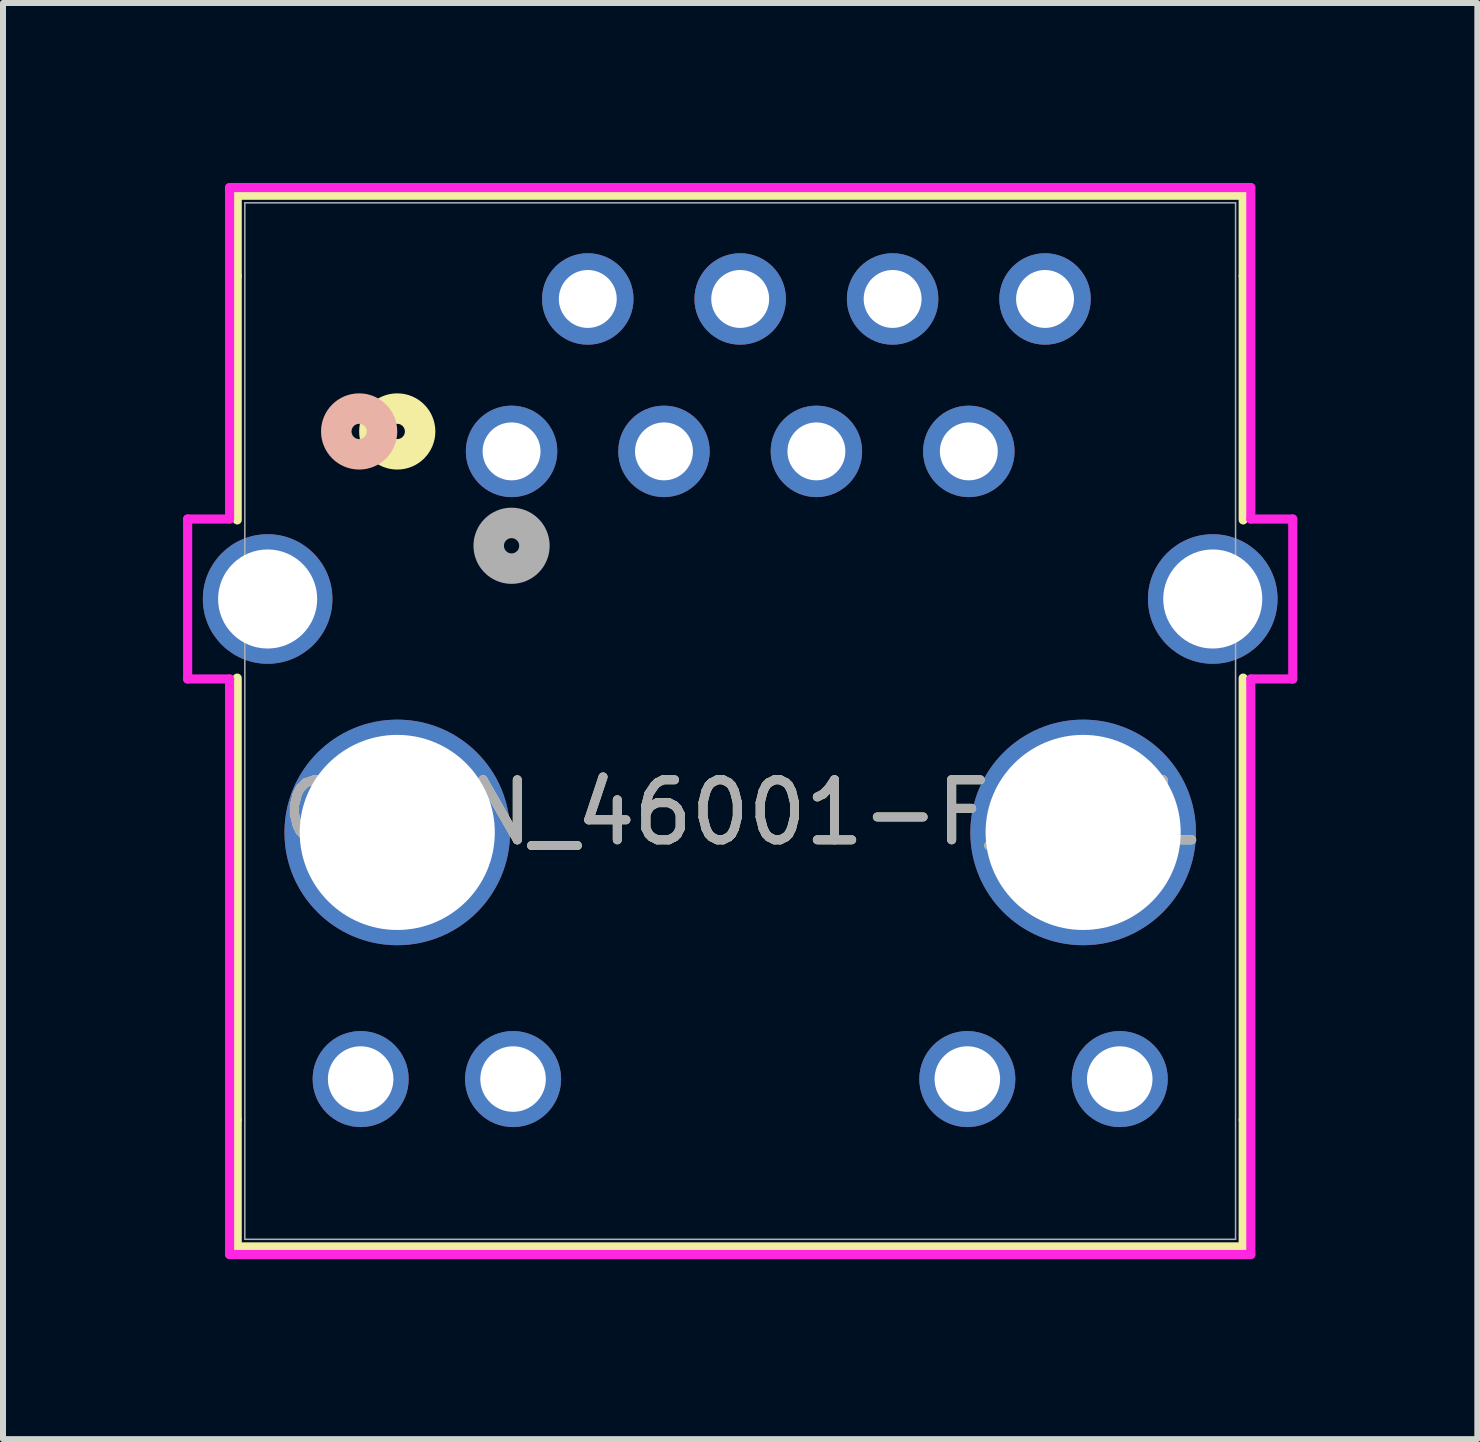
<source format=kicad_pcb>
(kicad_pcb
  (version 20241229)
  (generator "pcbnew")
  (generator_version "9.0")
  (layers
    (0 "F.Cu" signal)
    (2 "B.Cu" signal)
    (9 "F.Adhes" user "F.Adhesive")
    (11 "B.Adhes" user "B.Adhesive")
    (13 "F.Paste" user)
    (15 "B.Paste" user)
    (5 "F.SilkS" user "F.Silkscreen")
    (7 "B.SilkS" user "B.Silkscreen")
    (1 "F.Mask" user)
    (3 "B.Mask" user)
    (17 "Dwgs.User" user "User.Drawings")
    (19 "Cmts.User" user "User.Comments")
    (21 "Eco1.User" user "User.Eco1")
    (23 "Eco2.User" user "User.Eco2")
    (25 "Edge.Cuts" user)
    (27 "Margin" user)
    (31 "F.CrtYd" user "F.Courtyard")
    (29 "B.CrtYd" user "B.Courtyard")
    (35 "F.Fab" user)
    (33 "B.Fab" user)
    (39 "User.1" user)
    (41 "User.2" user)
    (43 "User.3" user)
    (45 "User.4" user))
  (footprint "CONN_46001-F_BEL"
    (layer "F.Cu")
    (at 5.475 4.472)
    (property "Reference" "CONN_46001-F_BEL" (at 3.81 6.018 0) (unlocked yes) (layer "F.SilkS") (effects (font (size 1 1) (thickness 0.15))))
    (attr through_hole)
    (fp_line (start -4.572 -4.269) (end -4.572 -2.92) (stroke (width 0.152) (type solid)) (layer "F.SilkS"))
    (fp_line (start -4.572 -2.92) (end -4.572 1.142) (stroke (width 0.152) (type solid)) (layer "F.SilkS"))
    (fp_line (start -4.572 3.778) (end -4.572 11.141) (stroke (width 0.152) (type solid)) (layer "F.SilkS"))
    (fp_line (start -4.572 11.141) (end -4.572 13.257) (stroke (width 0.152) (type solid)) (layer "F.SilkS"))
    (fp_line (start -4.572 13.257) (end 12.192 13.257) (stroke (width 0.152) (type solid)) (layer "F.SilkS"))
    (fp_line (start 12.192 -4.269) (end -4.572 -4.269) (stroke (width 0.152) (type solid)) (layer "F.SilkS"))
    (fp_line (start 12.192 -2.92) (end 12.192 -4.269) (stroke (width 0.152) (type solid)) (layer "F.SilkS"))
    (fp_line (start 12.192 1.142) (end 12.192 -2.92) (stroke (width 0.152) (type solid)) (layer "F.SilkS"))
    (fp_line (start 12.192 11.141) (end 12.192 3.778) (stroke (width 0.152) (type solid)) (layer "F.SilkS"))
    (fp_line (start 12.192 13.257) (end 12.192 11.141) (stroke (width 0.152) (type solid)) (layer "F.SilkS"))
    (fp_circle (center -1.905 -0.332) (end -1.524 -0.332) (stroke (width 0.508) (type solid)) (fill no) (layer "F.SilkS"))
    (fp_circle (center -2.54 -0.332) (end -2.159 -0.332) (stroke (width 0.508) (type solid)) (fill no) (layer "B.SilkS"))
    (fp_line (start -5.398 1.127) (end -5.398 3.793) (stroke (width 0.152) (type solid)) (layer "F.CrtYd"))
    (fp_line (start -5.398 3.793) (end -4.699 3.793) (stroke (width 0.152) (type solid)) (layer "F.CrtYd"))
    (fp_line (start -4.699 -4.396) (end -4.699 1.127) (stroke (width 0.152) (type solid)) (layer "F.CrtYd"))
    (fp_line (start -4.699 1.127) (end -5.398 1.127) (stroke (width 0.152) (type solid)) (layer "F.CrtYd"))
    (fp_line (start -4.699 3.793) (end -4.699 13.384) (stroke (width 0.152) (type solid)) (layer "F.CrtYd"))
    (fp_line (start -4.699 13.384) (end 12.319 13.384) (stroke (width 0.152) (type solid)) (layer "F.CrtYd"))
    (fp_line (start 12.319 -4.396) (end -4.699 -4.396) (stroke (width 0.152) (type solid)) (layer "F.CrtYd"))
    (fp_line (start 12.319 1.127) (end 12.319 -4.396) (stroke (width 0.152) (type solid)) (layer "F.CrtYd"))
    (fp_line (start 12.319 3.793) (end 13.018 3.793) (stroke (width 0.152) (type solid)) (layer "F.CrtYd"))
    (fp_line (start 12.319 13.384) (end 12.319 3.793) (stroke (width 0.152) (type solid)) (layer "F.CrtYd"))
    (fp_line (start 13.018 1.127) (end 12.319 1.127) (stroke (width 0.152) (type solid)) (layer "F.CrtYd"))
    (fp_line (start 13.018 3.793) (end 13.018 1.127) (stroke (width 0.152) (type solid)) (layer "F.CrtYd"))
    (fp_line (start -4.445 -4.142) (end -4.445 13.13) (stroke (width 0.025) (type solid)) (layer "F.Fab"))
    (fp_line (start -4.445 13.13) (end 12.065 13.13) (stroke (width 0.025) (type solid)) (layer "F.Fab"))
    (fp_line (start 12.065 -4.142) (end -4.445 -4.142) (stroke (width 0.025) (type solid)) (layer "F.Fab"))
    (fp_line (start 12.065 13.13) (end 12.065 -4.142) (stroke (width 0.025) (type solid)) (layer "F.Fab"))
    (fp_circle (center 0 1.573) (end 0.381 1.573) (stroke (width 0.508) (type solid)) (fill no) (layer "F.Fab"))
    (fp_text user "${REFERENCE}" (at 3.81 6.018 0) (unlocked yes) (layer "F.Fab") (effects (font (size 1 1) (thickness 0.15))))
    (pad "1" thru_hole circle (at 0 0) (size 1.524 1.524) (drill 0.965) (layers "*.Cu" "*.Mask"))
    (pad "2" thru_hole circle (at 1.27 -2.54) (size 1.524 1.524) (drill 0.965) (layers "*.Cu" "*.Mask"))
    (pad "3" thru_hole circle (at 2.54 0) (size 1.524 1.524) (drill 0.965) (layers "*.Cu" "*.Mask"))
    (pad "4" thru_hole circle (at 3.81 -2.54) (size 1.524 1.524) (drill 0.965) (layers "*.Cu" "*.Mask"))
    (pad "5" thru_hole circle (at 5.08 0) (size 1.524 1.524) (drill 0.965) (layers "*.Cu" "*.Mask"))
    (pad "6" thru_hole circle (at 6.35 -2.54) (size 1.524 1.524) (drill 0.965) (layers "*.Cu" "*.Mask"))
    (pad "7" thru_hole circle (at 7.62 0) (size 1.524 1.524) (drill 0.965) (layers "*.Cu" "*.Mask"))
    (pad "8" thru_hole circle (at 8.89 -2.54) (size 1.524 1.524) (drill 0.965) (layers "*.Cu" "*.Mask"))
    (pad "9" thru_hole circle (at 10.135 10.46) (size 1.6 1.6) (drill 1.092) (layers "*.Cu" "*.Mask"))
    (pad "10" thru_hole circle (at 7.595 10.46) (size 1.6 1.6) (drill 1.092) (layers "*.Cu" "*.Mask"))
    (pad "11" thru_hole circle (at 0.025 10.46) (size 1.6 1.6) (drill 1.092) (layers "*.Cu" "*.Mask"))
    (pad "12" thru_hole circle (at -2.515 10.46) (size 1.6 1.6) (drill 1.092) (layers "*.Cu" "*.Mask"))
    (pad "13" thru_hole circle (at -4.065 2.46) (size 2.159 2.159) (drill 1.651) (layers "*.Cu" "*.Mask"))
    (pad "14" thru_hole circle (at 11.685 2.46) (size 2.159 2.159) (drill 1.651) (layers "*.Cu" "*.Mask"))
    (pad "15" thru_hole circle (at -1.905 6.35) (size 3.759 3.759) (drill 3.251) (layers "*.Cu" "*.Mask"))
    (pad "16" thru_hole circle (at 9.525 6.35) (size 3.759 3.759) (drill 3.251) (layers "*.Cu" "*.Mask")))
  (gr_rect
    (start -3 -3)
    (end 21.569 20.932)
    (stroke (width 0.1) (type default))
    (fill no)
    (layer "Edge.Cuts")))
</source>
